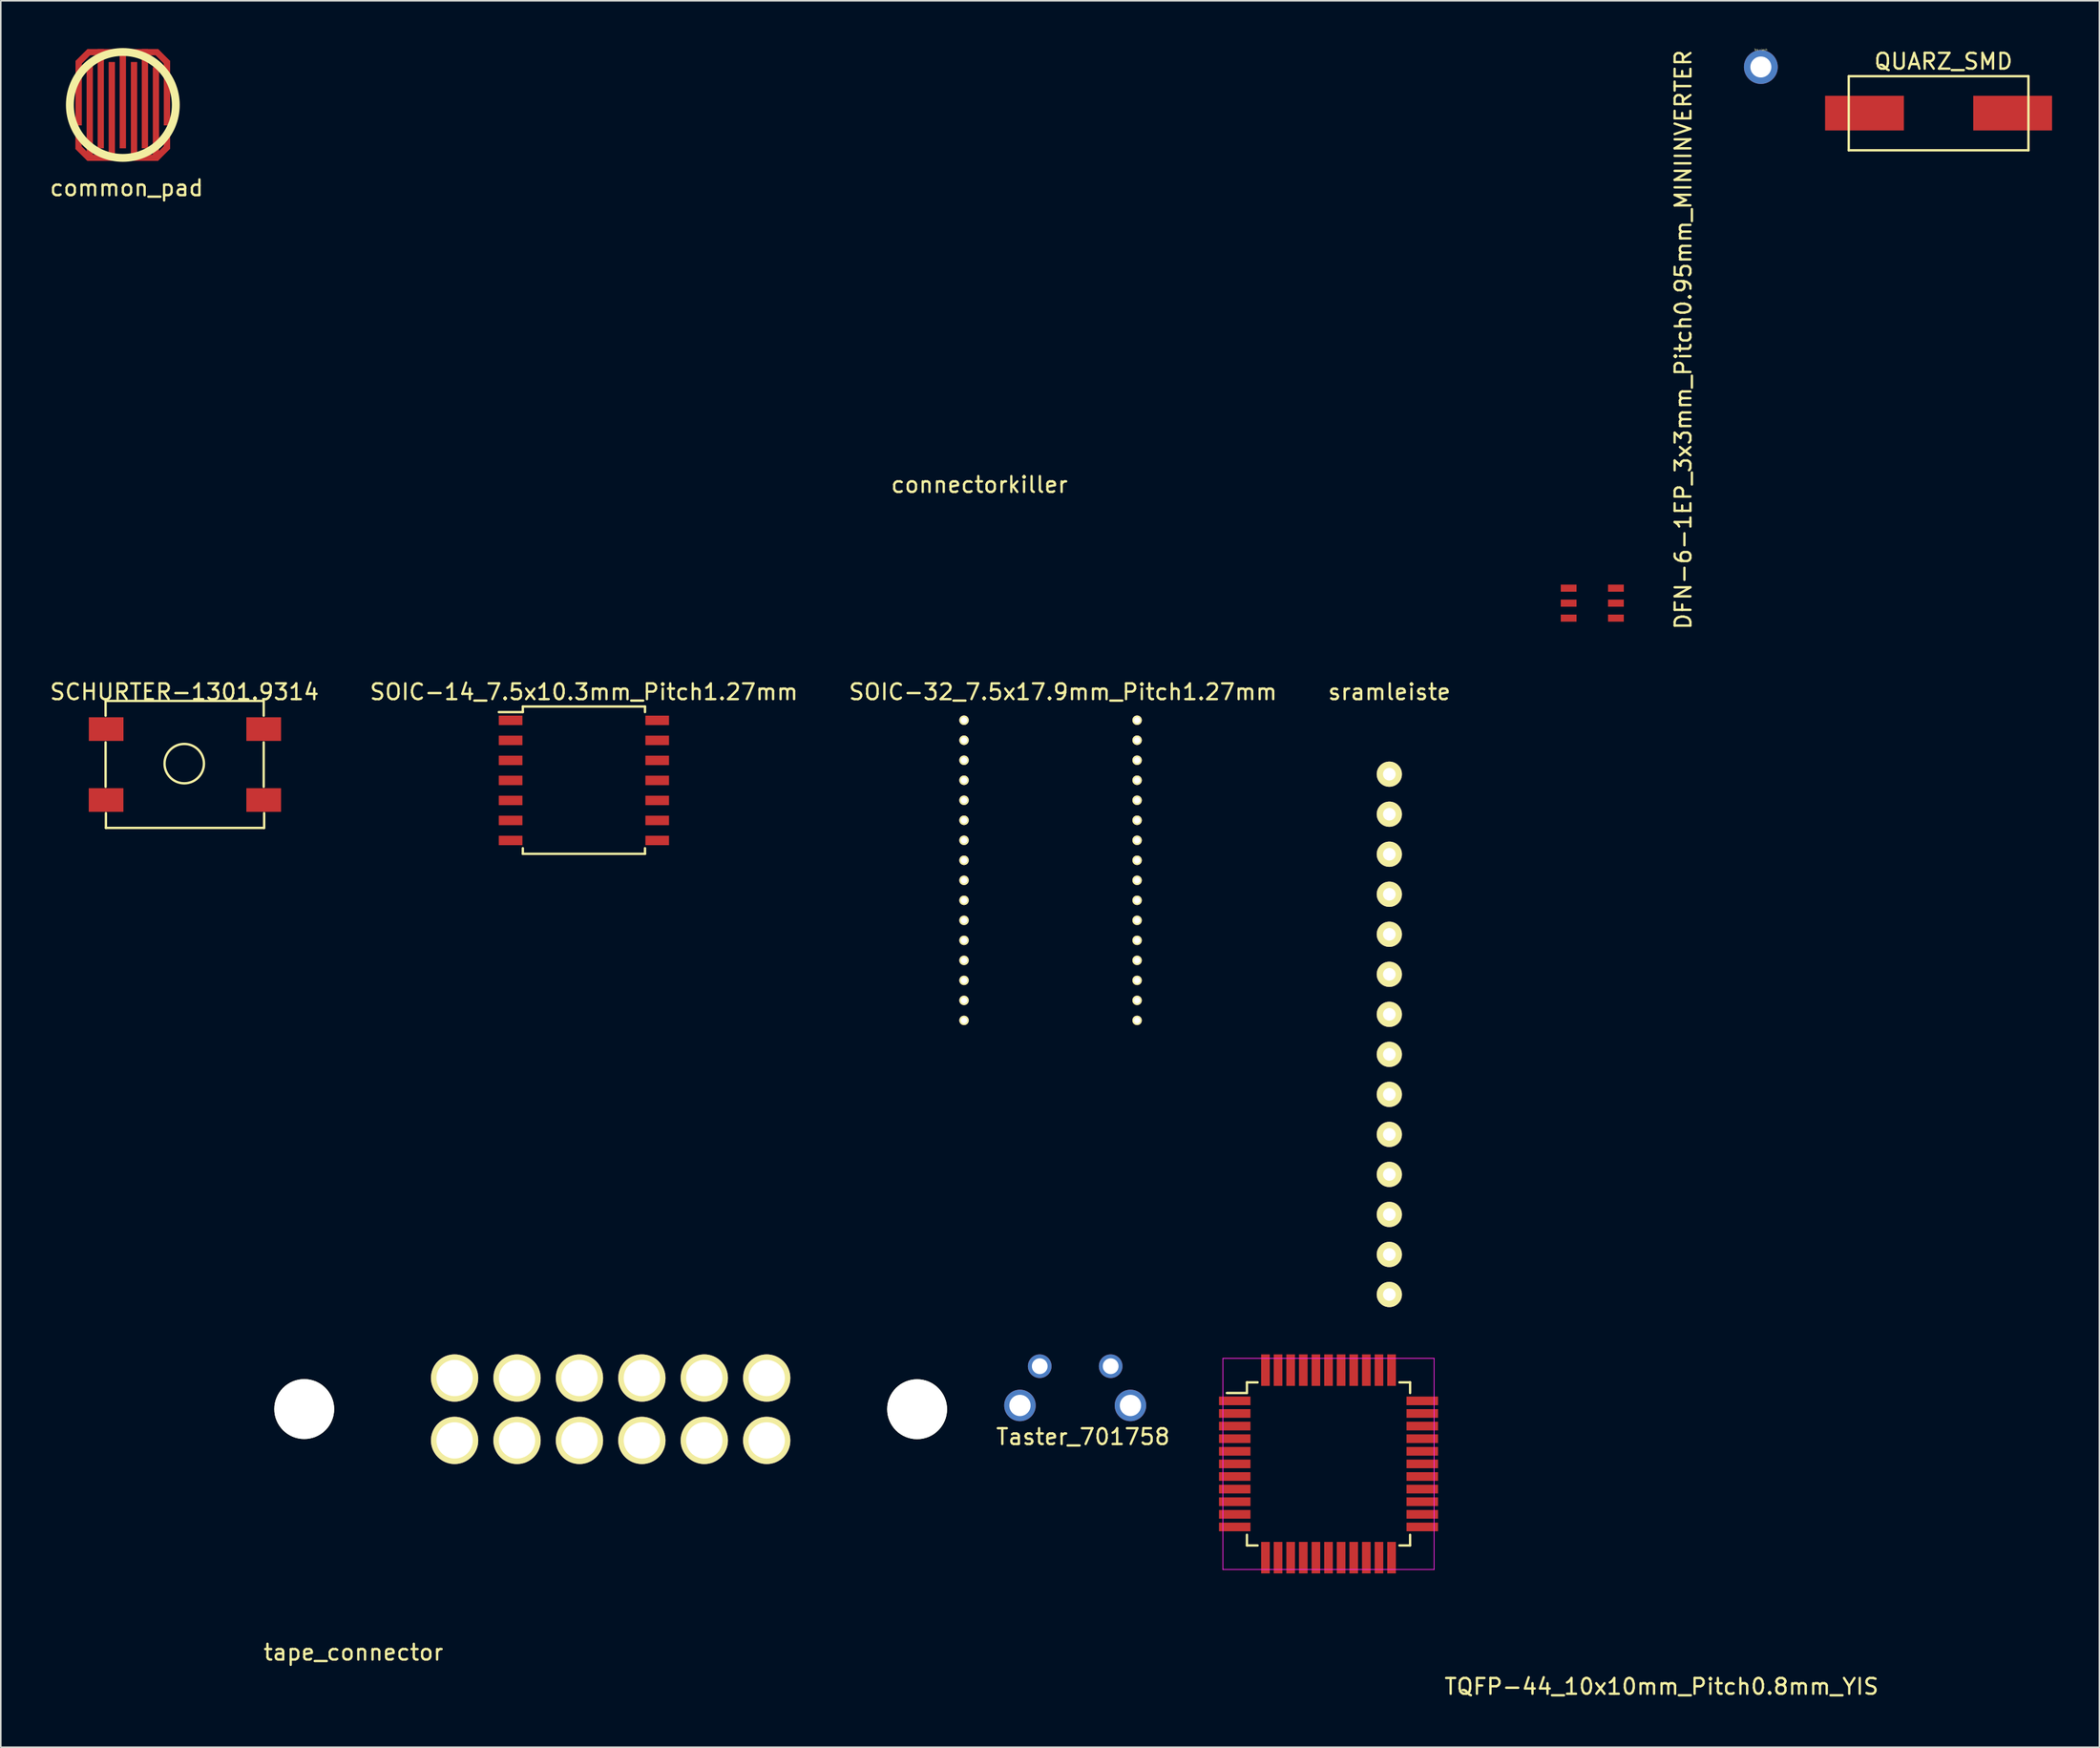
<source format=kicad_pcb>
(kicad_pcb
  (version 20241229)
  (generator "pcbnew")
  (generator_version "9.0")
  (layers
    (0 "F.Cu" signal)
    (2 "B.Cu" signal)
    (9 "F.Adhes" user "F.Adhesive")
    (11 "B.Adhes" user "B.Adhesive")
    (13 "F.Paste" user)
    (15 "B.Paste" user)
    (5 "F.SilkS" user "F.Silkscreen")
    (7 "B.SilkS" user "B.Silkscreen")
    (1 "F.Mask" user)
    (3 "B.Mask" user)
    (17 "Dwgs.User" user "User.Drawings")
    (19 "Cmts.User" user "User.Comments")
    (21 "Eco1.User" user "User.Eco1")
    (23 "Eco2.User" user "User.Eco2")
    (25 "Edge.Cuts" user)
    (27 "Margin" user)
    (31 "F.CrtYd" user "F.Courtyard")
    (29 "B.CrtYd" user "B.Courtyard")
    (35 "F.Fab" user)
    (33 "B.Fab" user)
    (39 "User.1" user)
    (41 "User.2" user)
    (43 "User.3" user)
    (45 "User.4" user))
  (footprint "sramleiste"
    (layer "F.Cu")
    (at 85.089 46.08)
    (property "Reference" "sramleiste" (at 0 -5.22 0) (layer "F.SilkS") (effects (font (size 1 1) (thickness 0.15))))
    (attr through_hole)
    (pad "1" thru_hole oval (at 0 0) (size 1.6 1.6) (drill 0.8) (layers "*.Cu" "*.Mask" "F.SilkS"))
    (pad "2" thru_hole oval (at 0 2.54) (size 1.6 1.6) (drill 0.8) (layers "*.Cu" "*.Mask" "F.SilkS"))
    (pad "3" thru_hole oval (at 0 5.08) (size 1.6 1.6) (drill 0.8) (layers "*.Cu" "*.Mask" "F.SilkS"))
    (pad "4" thru_hole oval (at 0 7.62) (size 1.6 1.6) (drill 0.8) (layers "*.Cu" "*.Mask" "F.SilkS"))
    (pad "5" thru_hole oval (at 0 10.16) (size 1.6 1.6) (drill 0.8) (layers "*.Cu" "*.Mask" "F.SilkS"))
    (pad "6" thru_hole oval (at 0 12.7) (size 1.6 1.6) (drill 0.8) (layers "*.Cu" "*.Mask" "F.SilkS"))
    (pad "7" thru_hole oval (at 0 15.24) (size 1.6 1.6) (drill 0.8) (layers "*.Cu" "*.Mask" "F.SilkS"))
    (pad "8" thru_hole oval (at 0 17.78) (size 1.6 1.6) (drill 0.8) (layers "*.Cu" "*.Mask" "F.SilkS"))
    (pad "9" thru_hole oval (at 0 20.32) (size 1.6 1.6) (drill 0.8) (layers "*.Cu" "*.Mask" "F.SilkS"))
    (pad "10" thru_hole oval (at 0 22.86) (size 1.6 1.6) (drill 0.8) (layers "*.Cu" "*.Mask" "F.SilkS"))
    (pad "11" thru_hole oval (at 0 25.4) (size 1.6 1.6) (drill 0.8) (layers "*.Cu" "*.Mask" "F.SilkS"))
    (pad "12" thru_hole oval (at 0 27.94) (size 1.6 1.6) (drill 0.8) (layers "*.Cu" "*.Mask" "F.SilkS"))
    (pad "13" thru_hole oval (at 0 30.48) (size 1.6 1.6) (drill 0.8) (layers "*.Cu" "*.Mask" "F.SilkS"))
    (pad "14" thru_hole oval (at 0 33.02) (size 1.6 1.6) (drill 0.8) (layers "*.Cu" "*.Mask" "F.SilkS")))
  (footprint "tape_connector"
    (layer "F.Cu")
    (at 0.25 92.48)
    (property "Reference" "tape_connector" (at 19.12 9.33 0) (layer "F.SilkS") (effects (font (size 1 1) (thickness 0.15))))
    (attr through_hole)
    (pad "" np_thru_hole circle (at 16 -6.11) (size 3.8 3.8) (drill 3.8) (layers "*.Cu" "*.Mask" "F.SilkS"))
    (pad "" np_thru_hole circle (at 54.88 -6.1 180) (size 3.8 3.8) (drill 3.8) (layers "*.Cu" "*.Mask" "F.SilkS"))
    (pad "1" thru_hole circle (at 25.54 -8.08) (size 3 3) (drill 2.3) (layers "*.Cu" "*.Mask" "F.SilkS"))
    (pad "1" thru_hole circle (at 25.54 -4.12) (size 3 3) (drill 2.3) (layers "*.Cu" "*.Mask" "F.SilkS"))
    (pad "2" thru_hole circle (at 29.5 -8.08) (size 3 3) (drill 2.3) (layers "*.Cu" "*.Mask" "F.SilkS"))
    (pad "2" thru_hole circle (at 29.5 -4.12) (size 3 3) (drill 2.3) (layers "*.Cu" "*.Mask" "F.SilkS"))
    (pad "3" thru_hole circle (at 33.46 -8.08) (size 3 3) (drill 2.3) (layers "*.Cu" "*.Mask" "F.SilkS"))
    (pad "3" thru_hole circle (at 33.46 -4.12) (size 3 3) (drill 2.3) (layers "*.Cu" "*.Mask" "F.SilkS"))
    (pad "4" thru_hole circle (at 37.42 -8.08) (size 3 3) (drill 2.3) (layers "*.Cu" "*.Mask" "F.SilkS"))
    (pad "4" thru_hole circle (at 37.42 -4.12) (size 3 3) (drill 2.3) (layers "*.Cu" "*.Mask" "F.SilkS"))
    (pad "5" thru_hole circle (at 41.38 -8.08) (size 3 3) (drill 2.3) (layers "*.Cu" "*.Mask" "F.SilkS"))
    (pad "5" thru_hole circle (at 41.38 -4.12) (size 3 3) (drill 2.3) (layers "*.Cu" "*.Mask" "F.SilkS"))
    (pad "6" thru_hole circle (at 45.34 -8.08) (size 3 3) (drill 2.3) (layers "*.Cu" "*.Mask" "F.SilkS"))
    (pad "6" thru_hole circle (at 45.34 -4.12) (size 3 3) (drill 2.3) (layers "*.Cu" "*.Mask" "F.SilkS")))
  (footprint "TQFP-44_10x10mm_Pitch0.8mm_YIS"
    (layer "F.Cu")
    (at 81.23 89.85)
    (property "Reference" "TQFP-44_10x10mm_Pitch0.8mm_YIS" (at 21.13 14.13 0) (layer "F.SilkS") (effects (font (size 1 1) (thickness 0.15))))
    (attr smd)
    (fp_line (start -5.175 -5.175) (end -5.175 -4.5) (stroke (width 0.15) (type solid)) (layer "F.SilkS"))
    (fp_line (start -5.175 -5.175) (end -4.5 -5.175) (stroke (width 0.15) (type solid)) (layer "F.SilkS"))
    (fp_line (start -5.175 -4.5) (end -6.45 -4.5) (stroke (width 0.15) (type solid)) (layer "F.SilkS"))
    (fp_line (start -5.175 5.175) (end -5.175 4.5) (stroke (width 0.15) (type solid)) (layer "F.SilkS"))
    (fp_line (start -5.175 5.175) (end -4.5 5.175) (stroke (width 0.15) (type solid)) (layer "F.SilkS"))
    (fp_line (start 5.175 -5.175) (end 4.5 -5.175) (stroke (width 0.15) (type solid)) (layer "F.SilkS"))
    (fp_line (start 5.175 -5.175) (end 5.175 -4.5) (stroke (width 0.15) (type solid)) (layer "F.SilkS"))
    (fp_line (start 5.175 5.175) (end 4.5 5.175) (stroke (width 0.15) (type solid)) (layer "F.SilkS"))
    (fp_line (start 5.175 5.175) (end 5.175 4.5) (stroke (width 0.15) (type solid)) (layer "F.SilkS"))
    (fp_line (start -6.7 -6.7) (end -6.7 6.7) (stroke (width 0.05) (type solid)) (layer "F.CrtYd"))
    (fp_line (start -6.7 -6.7) (end 6.7 -6.7) (stroke (width 0.05) (type solid)) (layer "F.CrtYd"))
    (fp_line (start -6.7 6.7) (end 6.7 6.7) (stroke (width 0.05) (type solid)) (layer "F.CrtYd"))
    (fp_line (start 6.7 -6.7) (end 6.7 6.7) (stroke (width 0.05) (type solid)) (layer "F.CrtYd"))
    (pad "1" smd rect (at -5.95 -4) (size 2 0.55) (layers "F.Cu" "F.Mask" "F.Paste"))
    (pad "2" smd rect (at -5.95 -3.2) (size 2 0.55) (layers "F.Cu" "F.Mask" "F.Paste"))
    (pad "3" smd rect (at -5.95 -2.4) (size 2 0.55) (layers "F.Cu" "F.Mask" "F.Paste"))
    (pad "4" smd rect (at -5.95 -1.6) (size 2 0.55) (layers "F.Cu" "F.Mask" "F.Paste"))
    (pad "5" smd rect (at -5.95 -0.8) (size 2 0.55) (layers "F.Cu" "F.Mask" "F.Paste"))
    (pad "6" smd rect (at -5.95 0) (size 2 0.55) (layers "F.Cu" "F.Mask" "F.Paste"))
    (pad "7" smd rect (at -5.95 0.8) (size 2 0.55) (layers "F.Cu" "F.Mask" "F.Paste"))
    (pad "8" smd rect (at -5.95 1.6) (size 2 0.55) (layers "F.Cu" "F.Mask" "F.Paste"))
    (pad "9" smd rect (at -5.95 2.4) (size 2 0.55) (layers "F.Cu" "F.Mask" "F.Paste"))
    (pad "10" smd rect (at -5.95 3.2) (size 2 0.55) (layers "F.Cu" "F.Mask" "F.Paste"))
    (pad "11" smd rect (at -5.95 4) (size 2 0.55) (layers "F.Cu" "F.Mask" "F.Paste"))
    (pad "12" smd rect (at -4 5.95 90) (size 2 0.55) (layers "F.Cu" "F.Mask" "F.Paste"))
    (pad "13" smd rect (at -3.2 5.95 90) (size 2 0.55) (layers "F.Cu" "F.Mask" "F.Paste"))
    (pad "14" smd rect (at -2.4 5.95 90) (size 2 0.55) (layers "F.Cu" "F.Mask" "F.Paste"))
    (pad "15" smd rect (at -1.6 5.95 90) (size 2 0.55) (layers "F.Cu" "F.Mask" "F.Paste"))
    (pad "16" smd rect (at -0.8 5.95 90) (size 2 0.55) (layers "F.Cu" "F.Mask" "F.Paste"))
    (pad "17" smd rect (at 0 5.95 90) (size 2 0.55) (layers "F.Cu" "F.Mask" "F.Paste"))
    (pad "18" smd rect (at 0.8 5.95 90) (size 2 0.55) (layers "F.Cu" "F.Mask" "F.Paste"))
    (pad "19" smd rect (at 1.6 5.95 90) (size 2 0.55) (layers "F.Cu" "F.Mask" "F.Paste"))
    (pad "20" smd rect (at 2.4 5.95 90) (size 2 0.55) (layers "F.Cu" "F.Mask" "F.Paste"))
    (pad "21" smd rect (at 3.2 5.95 90) (size 2 0.55) (layers "F.Cu" "F.Mask" "F.Paste"))
    (pad "22" smd rect (at 4 5.95 90) (size 2 0.55) (layers "F.Cu" "F.Mask" "F.Paste"))
    (pad "23" smd rect (at 5.95 4) (size 2 0.55) (layers "F.Cu" "F.Mask" "F.Paste"))
    (pad "24" smd rect (at 5.95 3.2) (size 2 0.55) (layers "F.Cu" "F.Mask" "F.Paste"))
    (pad "25" smd rect (at 5.95 2.4) (size 2 0.55) (layers "F.Cu" "F.Mask" "F.Paste"))
    (pad "26" smd rect (at 5.95 1.6) (size 2 0.55) (layers "F.Cu" "F.Mask" "F.Paste"))
    (pad "27" smd rect (at 5.95 0.8) (size 2 0.55) (layers "F.Cu" "F.Mask" "F.Paste"))
    (pad "28" smd rect (at 5.95 0) (size 2 0.55) (layers "F.Cu" "F.Mask" "F.Paste"))
    (pad "29" smd rect (at 5.95 -0.8) (size 2 0.55) (layers "F.Cu" "F.Mask" "F.Paste"))
    (pad "30" smd rect (at 5.95 -1.6) (size 2 0.55) (layers "F.Cu" "F.Mask" "F.Paste"))
    (pad "31" smd rect (at 5.95 -2.4) (size 2 0.55) (layers "F.Cu" "F.Mask" "F.Paste"))
    (pad "32" smd rect (at 5.95 -3.2) (size 2 0.55) (layers "F.Cu" "F.Mask" "F.Paste"))
    (pad "33" smd rect (at 5.95 -4) (size 2 0.55) (layers "F.Cu" "F.Mask" "F.Paste"))
    (pad "34" smd rect (at 4 -5.95 90) (size 2 0.55) (layers "F.Cu" "F.Mask" "F.Paste"))
    (pad "35" smd rect (at 3.2 -5.95 90) (size 2 0.55) (layers "F.Cu" "F.Mask" "F.Paste"))
    (pad "36" smd rect (at 2.4 -5.95 90) (size 2 0.55) (layers "F.Cu" "F.Mask" "F.Paste"))
    (pad "37" smd rect (at 1.6 -5.95 90) (size 2 0.55) (layers "F.Cu" "F.Mask" "F.Paste"))
    (pad "38" smd rect (at 0.8 -5.95 90) (size 2 0.55) (layers "F.Cu" "F.Mask" "F.Paste"))
    (pad "39" smd rect (at 0 -5.95 90) (size 2 0.55) (layers "F.Cu" "F.Mask" "F.Paste"))
    (pad "40" smd rect (at -0.8 -5.95 90) (size 2 0.55) (layers "F.Cu" "F.Mask" "F.Paste"))
    (pad "41" smd rect (at -1.6 -5.95 90) (size 2 0.55) (layers "F.Cu" "F.Mask" "F.Paste"))
    (pad "42" smd rect (at -2.4 -5.95 90) (size 2 0.55) (layers "F.Cu" "F.Mask" "F.Paste"))
    (pad "43" smd rect (at -3.2 -5.95 90) (size 2 0.55) (layers "F.Cu" "F.Mask" "F.Paste"))
    (pad "44" smd rect (at -4 -5.95 90) (size 2 0.55) (layers "F.Cu" "F.Mask" "F.Paste")))
  (footprint "DFN-6-1EP_3x3mm_Pitch0.95mm_MINIINVERTER"
    (layer "F.Cu")
    (at 97.964 35.226)
    (property "Reference" "DFN-6-1EP_3x3mm_Pitch0.95mm_MINIINVERTER" (at 5.77 -16.72 90) (layer "F.SilkS") (effects (font (size 1 1) (thickness 0.15))))
    (attr smd)
    (pad "1" smd rect (at -1.5 -0.95) (size 1 0.45) (layers "F.Cu" "F.Mask" "F.Paste"))
    (pad "2" smd rect (at -1.5 0) (size 1 0.45) (layers "F.Cu" "F.Mask" "F.Paste"))
    (pad "3" smd rect (at -1.5 0.95) (size 1 0.45) (layers "F.Cu" "F.Mask" "F.Paste"))
    (pad "4" smd rect (at 1.5 0.95) (size 1 0.45) (layers "F.Cu" "F.Mask" "F.Paste"))
    (pad "5" smd rect (at 1.5 0) (size 1 0.45) (layers "F.Cu" "F.Mask" "F.Paste"))
    (pad "6" smd rect (at 1.5 -0.95) (size 1 0.45) (layers "F.Cu" "F.Mask" "F.Paste")))
  (footprint "SCHURTER-1301.9314"
    (layer "F.Cu")
    (at 8.649 45.36)
    (property "Reference" "SCHURTER-1301.9314" (at 0 -4.5 0) (layer "F.SilkS") (effects (font (size 1 1) (thickness 0.15))))
    (attr smd)
    (fp_line (start -5 -3.93) (end 5.03 -3.93) (stroke (width 0.15) (type solid)) (layer "F.SilkS"))
    (fp_line (start -5 -2.99) (end -5 -3.93) (stroke (width 0.15) (type solid)) (layer "F.SilkS"))
    (fp_line (start -5 -1.3) (end -5 1.52) (stroke (width 0.15) (type solid)) (layer "F.SilkS"))
    (fp_line (start -4.98 4.13) (end -4.98 3.19) (stroke (width 0.15) (type solid)) (layer "F.SilkS"))
    (fp_line (start -4.98 4.13) (end 5.05 4.13) (stroke (width 0.15) (type solid)) (layer "F.SilkS"))
    (fp_line (start 5.03 -2.99) (end 5.03 -3.93) (stroke (width 0.15) (type solid)) (layer "F.SilkS"))
    (fp_line (start 5.03 -1.3) (end 5.03 1.52) (stroke (width 0.15) (type solid)) (layer "F.SilkS"))
    (fp_line (start 5.06 4.13) (end 5.06 3.19) (stroke (width 0.15) (type solid)) (layer "F.SilkS"))
    (fp_circle (center -0.01 0.05) (end 1.24 0.05) (stroke (width 0.15) (type solid)) (fill no) (layer "F.SilkS"))
    (pad "1" smd rect (at -4.965 -2.14) (size 2.2 1.5) (layers "F.Cu" "F.Mask" "F.Paste"))
    (pad "1" smd rect (at 5.03 -2.14) (size 2.2 1.5) (layers "F.Cu" "F.Mask" "F.Paste"))
    (pad "2" smd rect (at -4.97 2.36) (size 2.2 1.5) (layers "F.Cu" "F.Mask" "F.Paste"))
    (pad "2" smd rect (at 5.03 2.36) (size 2.2 1.5) (layers "F.Cu" "F.Mask" "F.Paste")))
  (footprint "connectorkiller"
    (layer "F.Cu")
    (at 52.334 0.25)
    (property "Reference" "connectorkiller" (at 6.75 27.46 0) (layer "F.SilkS") (effects (font (size 1 1) (thickness 0.15))))
    (attr through_hole)
    (pad "" smd rect (at 0.63 9.71) (size 80 10) (layers "*.Mask")))
  (footprint "Taster_701758"
    (layer "F.Cu")
    (at 67.175 88.47)
    (property "Reference" "Taster_701758" (at -1.52 -0.34 180) (layer "F.SilkS") (effects (font (size 1 1) (thickness 0.15))))
    (attr through_hole)
    (pad "1" thru_hole circle (at -4.265 -4.82 180) (size 1.5 1.5) (drill 1) (layers "*.Cu" "*.Mask"))
    (pad "2" thru_hole circle (at -5.52 -2.33 180) (size 2 2) (drill 1.35) (layers "*.Cu" "*.Mask"))
    (pad "2" thru_hole circle (at 0.235 -4.82 180) (size 1.5 1.5) (drill 1) (layers "*.Cu" "*.Mask"))
    (pad "2" thru_hole circle (at 1.49 -2.33 180) (size 2 2) (drill 1.35) (layers "*.Cu" "*.Mask")))
  (footprint "common_pad"
    (layer "F.Cu")
    (at 4.742 3.61)
    (property "Reference" "common_pad" (at 0.24 5.27 0) (layer "F.SilkS") (effects (font (size 1 1) (thickness 0.15))))
    (attr through_hole)
    (fp_circle (center 0 0) (end 3.36 0) (stroke (width 0.5) (type solid)) (fill no) (layer "F.SilkS"))
    (pad "1" smd rect (at -2.8 -0.75) (size 0.4 4.1) (layers "F.Cu" "F.Mask" "F.Paste"))
    (pad "1" smd rect (at -2.48 -3.03 45) (size 1.06 0.4) (layers "F.Cu" "F.Mask" "F.Paste"))
    (pad "1" smd rect (at -1.4 -0.4) (size 0.4 6.3) (layers "F.Cu" "F.Mask" "F.Paste"))
    (pad "1" smd rect (at 0 -3.35) (size 4.5 0.4) (layers "F.Cu" "F.Mask" "F.Paste"))
    (pad "1" smd rect (at 0 -0.4) (size 0.4 6.3) (layers "F.Cu" "F.Mask" "F.Paste"))
    (pad "1" smd rect (at 1.4 -0.4) (size 0.4 6.3) (layers "F.Cu" "F.Mask" "F.Paste"))
    (pad "1" smd rect (at 2.48 -3.03 135) (size 1.06 0.4) (layers "F.Cu" "F.Mask" "F.Paste"))
    (pad "1" smd rect (at 2.8 -0.75) (size 0.4 4.1) (layers "F.Cu" "F.Mask" "F.Paste"))
    (pad "2" smd rect (at -2.81 2.3) (size 0.4 1) (layers "F.Cu" "F.Mask" "F.Paste"))
    (pad "2" smd rect (at -2.49 3.03 135) (size 1.06 0.4) (layers "F.Cu" "F.Mask" "F.Paste"))
    (pad "2" smd rect (at -2.1 0.5) (size 0.4 6) (layers "F.Cu" "F.Mask" "F.Paste"))
    (pad "2" smd rect (at -0.7 0.4) (size 0.4 6.25) (layers "F.Cu" "F.Mask" "F.Paste"))
    (pad "2" smd rect (at 0 3.35) (size 4.5 0.4) (layers "F.Cu" "F.Mask" "F.Paste"))
    (pad "2" smd rect (at 0.71 0.4) (size 0.4 6.25) (layers "F.Cu" "F.Mask" "F.Paste"))
    (pad "2" smd rect (at 2.1 0.5) (size 0.4 5.8) (layers "F.Cu" "F.Mask" "F.Paste"))
    (pad "2" smd rect (at 2.48 3.02 45) (size 1.06 0.4) (layers "F.Cu" "F.Mask" "F.Paste"))
    (pad "2" smd rect (at 2.8 2.29) (size 0.4 1) (layers "F.Cu" "F.Mask" "F.Paste")))
  (footprint "QUARZ_SMD"
    (layer "F.Cu")
    (at 120.233 4.048)
    (property "Reference" "QUARZ_SMD" (at 0.01 -3.2 0) (layer "F.SilkS") (effects (font (size 1 1) (thickness 0.15))))
    (attr smd)
    (fp_line (start -6 -2.26) (end -6 2.44) (stroke (width 0.15) (type solid)) (layer "F.SilkS"))
    (fp_line (start -6 -2.26) (end 5.4 -2.26) (stroke (width 0.15) (type solid)) (layer "F.SilkS"))
    (fp_line (start -6 2.44) (end 5.4 2.44) (stroke (width 0.15) (type solid)) (layer "F.SilkS"))
    (fp_line (start 5.4 -2.26) (end 5.4 2.44) (stroke (width 0.15) (type solid)) (layer "F.SilkS"))
    (pad "1" smd rect (at -5 0.08) (size 5 2.2) (layers "F.Cu" "F.Mask" "F.Paste"))
    (pad "2" smd rect (at 4.4 0.08) (size 5 2.2) (layers "F.Cu" "F.Mask" "F.Paste")))
  (footprint "SOIC-32_7.5x17.9mm_Pitch1.27mm"
    (layer "F.Cu")
    (at 64.387 50.91)
    (property "Reference" "SOIC-32_7.5x17.9mm_Pitch1.27mm" (at 0 -10.05 0) (layer "F.SilkS") (effects (font (size 1 1) (thickness 0.15))))
    (attr smd)
    (pad "1" thru_hole circle (at -6.28 -8.255) (size 0.6 0.6) (drill 0.4) (layers "*.Cu" "*.Mask" "F.SilkS"))
    (pad "2" thru_hole circle (at -6.28 -6.985) (size 0.6 0.6) (drill 0.4) (layers "*.Cu" "*.Mask" "F.SilkS"))
    (pad "3" thru_hole circle (at -6.28 -5.715) (size 0.6 0.6) (drill 0.4) (layers "*.Cu" "*.Mask" "F.SilkS"))
    (pad "4" thru_hole circle (at -6.28 -4.445) (size 0.6 0.6) (drill 0.4) (layers "*.Cu" "*.Mask" "F.SilkS"))
    (pad "5" thru_hole circle (at -6.28 -3.175) (size 0.6 0.6) (drill 0.4) (layers "*.Cu" "*.Mask" "F.SilkS"))
    (pad "6" thru_hole circle (at -6.28 -1.905) (size 0.6 0.6) (drill 0.4) (layers "*.Cu" "*.Mask" "F.SilkS"))
    (pad "7" thru_hole circle (at -6.28 -0.635) (size 0.6 0.6) (drill 0.4) (layers "*.Cu" "*.Mask" "F.SilkS"))
    (pad "8" thru_hole circle (at -6.28 0.635) (size 0.6 0.6) (drill 0.4) (layers "*.Cu" "*.Mask" "F.SilkS"))
    (pad "9" thru_hole circle (at -6.28 1.905) (size 0.6 0.6) (drill 0.4) (layers "*.Cu" "*.Mask" "F.SilkS"))
    (pad "10" thru_hole circle (at -6.28 3.175) (size 0.6 0.6) (drill 0.4) (layers "*.Cu" "*.Mask" "F.SilkS"))
    (pad "11" thru_hole circle (at -6.28 4.445) (size 0.6 0.6) (drill 0.4) (layers "*.Cu" "*.Mask" "F.SilkS"))
    (pad "12" thru_hole circle (at -6.28 5.715) (size 0.6 0.6) (drill 0.4) (layers "*.Cu" "*.Mask" "F.SilkS"))
    (pad "13" thru_hole circle (at -6.28 6.985) (size 0.6 0.6) (drill 0.4) (layers "*.Cu" "*.Mask" "F.SilkS"))
    (pad "14" thru_hole circle (at -6.28 8.255) (size 0.6 0.6) (drill 0.4) (layers "*.Cu" "*.Mask" "F.SilkS"))
    (pad "15" thru_hole circle (at -6.28 9.525) (size 0.6 0.6) (drill 0.4) (layers "*.Cu" "*.Mask" "F.SilkS"))
    (pad "16" thru_hole circle (at -6.28 10.795) (size 0.6 0.6) (drill 0.4) (layers "*.Cu" "*.Mask" "F.SilkS"))
    (pad "17" thru_hole circle (at 4.7 10.795) (size 0.6 0.6) (drill 0.4) (layers "*.Cu" "*.Mask" "F.SilkS"))
    (pad "18" thru_hole circle (at 4.7 9.525) (size 0.6 0.6) (drill 0.4) (layers "*.Cu" "*.Mask" "F.SilkS"))
    (pad "19" thru_hole circle (at 4.7 8.255) (size 0.6 0.6) (drill 0.4) (layers "*.Cu" "*.Mask" "F.SilkS"))
    (pad "20" thru_hole circle (at 4.7 6.985) (size 0.6 0.6) (drill 0.4) (layers "*.Cu" "*.Mask" "F.SilkS"))
    (pad "21" thru_hole circle (at 4.7 5.715) (size 0.6 0.6) (drill 0.4) (layers "*.Cu" "*.Mask" "F.SilkS"))
    (pad "22" thru_hole circle (at 4.7 4.445) (size 0.6 0.6) (drill 0.4) (layers "*.Cu" "*.Mask" "F.SilkS"))
    (pad "23" thru_hole circle (at 4.7 3.175) (size 0.6 0.6) (drill 0.4) (layers "*.Cu" "*.Mask" "F.SilkS"))
    (pad "24" thru_hole circle (at 4.7 1.905) (size 0.6 0.6) (drill 0.4) (layers "*.Cu" "*.Mask" "F.SilkS"))
    (pad "25" thru_hole circle (at 4.7 0.635) (size 0.6 0.6) (drill 0.4) (layers "*.Cu" "*.Mask" "F.SilkS"))
    (pad "26" thru_hole circle (at 4.7 -0.635) (size 0.6 0.6) (drill 0.4) (layers "*.Cu" "*.Mask" "F.SilkS"))
    (pad "27" thru_hole circle (at 4.7 -1.905) (size 0.6 0.6) (drill 0.4) (layers "*.Cu" "*.Mask" "F.SilkS"))
    (pad "28" thru_hole circle (at 4.7 -3.175) (size 0.6 0.6) (drill 0.4) (layers "*.Cu" "*.Mask" "F.SilkS"))
    (pad "29" thru_hole circle (at 4.7 -4.445) (size 0.6 0.6) (drill 0.4) (layers "*.Cu" "*.Mask" "F.SilkS"))
    (pad "30" thru_hole circle (at 4.7 -5.715) (size 0.6 0.6) (drill 0.4) (layers "*.Cu" "*.Mask" "F.SilkS"))
    (pad "31" thru_hole circle (at 4.7 -6.985) (size 0.6 0.6) (drill 0.4) (layers "*.Cu" "*.Mask" "F.SilkS"))
    (pad "32" thru_hole circle (at 4.7 -8.255) (size 0.6 0.6) (drill 0.4) (layers "*.Cu" "*.Mask" "F.SilkS")))
  (footprint "SOIC-14_7.5x10.3mm_Pitch1.27mm"
    (layer "F.Cu")
    (at 33.994 47.11)
    (property "Reference" "SOIC-14_7.5x10.3mm_Pitch1.27mm" (at 0 -6.25 0) (layer "F.SilkS") (effects (font (size 1 1) (thickness 0.15))))
    (attr smd)
    (fp_line (start -3.875 -5.325) (end -3.875 -4.97) (stroke (width 0.15) (type solid)) (layer "F.SilkS"))
    (fp_line (start -3.875 -5.325) (end 3.875 -5.325) (stroke (width 0.15) (type solid)) (layer "F.SilkS"))
    (fp_line (start -3.875 -4.97) (end -5.4 -4.97) (stroke (width 0.15) (type solid)) (layer "F.SilkS"))
    (fp_line (start -3.875 4.025) (end -3.875 3.67) (stroke (width 0.15) (type solid)) (layer "F.SilkS"))
    (fp_line (start -3.875 4.025) (end 3.875 4.025) (stroke (width 0.15) (type solid)) (layer "F.SilkS"))
    (fp_line (start 3.875 -5.325) (end 3.875 -4.97) (stroke (width 0.15) (type solid)) (layer "F.SilkS"))
    (fp_line (start 3.875 4.025) (end 3.875 3.67) (stroke (width 0.15) (type solid)) (layer "F.SilkS"))
    (pad "1" smd rect (at -4.65 -4.445) (size 1.5 0.6) (layers "F.Cu" "F.Mask" "F.Paste"))
    (pad "2" smd rect (at -4.65 -3.175) (size 1.5 0.6) (layers "F.Cu" "F.Mask" "F.Paste"))
    (pad "3" smd rect (at -4.65 -1.905) (size 1.5 0.6) (layers "F.Cu" "F.Mask" "F.Paste"))
    (pad "4" smd rect (at -4.65 -0.635) (size 1.5 0.6) (layers "F.Cu" "F.Mask" "F.Paste"))
    (pad "5" smd rect (at -4.65 0.635) (size 1.5 0.6) (layers "F.Cu" "F.Mask" "F.Paste"))
    (pad "6" smd rect (at -4.65 1.905) (size 1.5 0.6) (layers "F.Cu" "F.Mask" "F.Paste"))
    (pad "7" smd rect (at -4.65 3.175) (size 1.5 0.6) (layers "F.Cu" "F.Mask" "F.Paste"))
    (pad "8" smd rect (at 4.65 3.175) (size 1.5 0.6) (layers "F.Cu" "F.Mask" "F.Paste"))
    (pad "9" smd rect (at 4.65 1.905) (size 1.5 0.6) (layers "F.Cu" "F.Mask" "F.Paste"))
    (pad "10" smd rect (at 4.65 0.635) (size 1.5 0.6) (layers "F.Cu" "F.Mask" "F.Paste"))
    (pad "11" smd rect (at 4.65 -0.635) (size 1.5 0.6) (layers "F.Cu" "F.Mask" "F.Paste"))
    (pad "12" smd rect (at 4.65 -1.905) (size 1.5 0.6) (layers "F.Cu" "F.Mask" "F.Paste"))
    (pad "13" smd rect (at 4.65 -3.175) (size 1.5 0.6) (layers "F.Cu" "F.Mask" "F.Paste"))
    (pad "14" smd rect (at 4.65 -4.445) (size 1.5 0.6) (layers "F.Cu" "F.Mask" "F.Paste")))
  (footprint "iec-loch"
    (layer "F.Cu")
    (at 108.658 1.202)
    (property "Reference" "iec-loch" (at 0 -1.1 0) (layer "F.SilkS") (effects (font (size 0.127 0.127) (thickness 0.000001))))
    (attr through_hole)
    (pad "1" thru_hole circle (at 0 0) (size 2.15 2.15) (drill 1.33) (layers "*.Cu")))
  (gr_rect
    (start -3 -3)
    (end 130.133 107.828)
    (stroke (width 0.1) (type default))
    (fill no)
    (layer "Edge.Cuts")))
</source>
